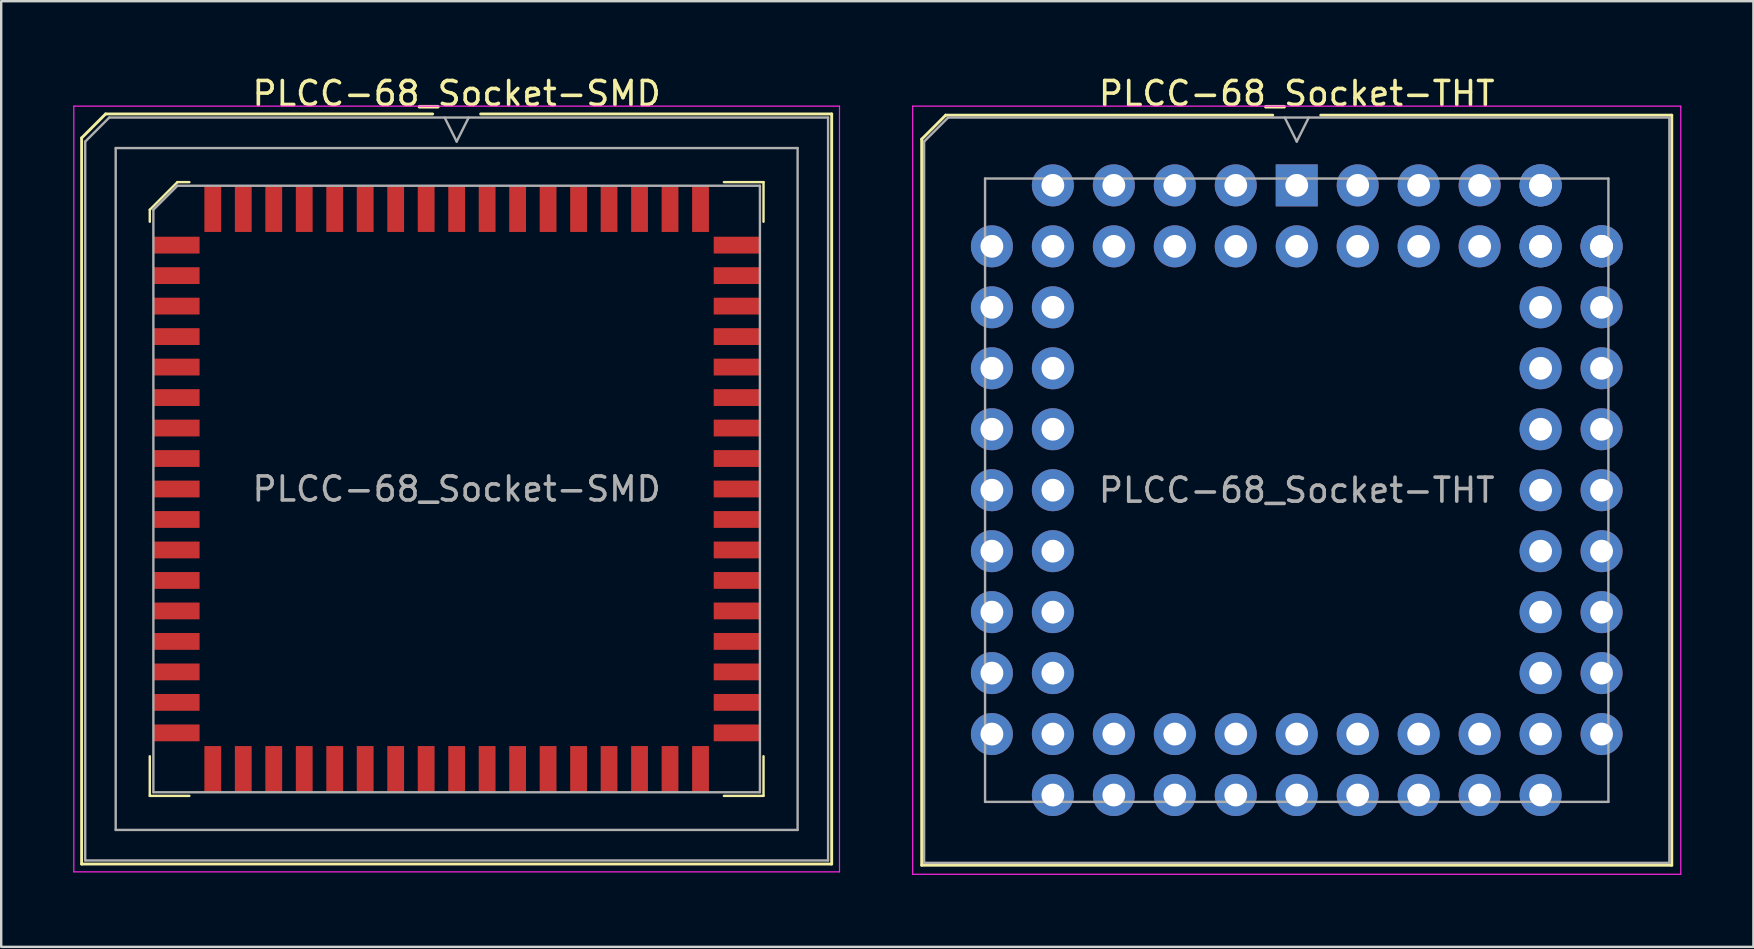
<source format=kicad_pcb>
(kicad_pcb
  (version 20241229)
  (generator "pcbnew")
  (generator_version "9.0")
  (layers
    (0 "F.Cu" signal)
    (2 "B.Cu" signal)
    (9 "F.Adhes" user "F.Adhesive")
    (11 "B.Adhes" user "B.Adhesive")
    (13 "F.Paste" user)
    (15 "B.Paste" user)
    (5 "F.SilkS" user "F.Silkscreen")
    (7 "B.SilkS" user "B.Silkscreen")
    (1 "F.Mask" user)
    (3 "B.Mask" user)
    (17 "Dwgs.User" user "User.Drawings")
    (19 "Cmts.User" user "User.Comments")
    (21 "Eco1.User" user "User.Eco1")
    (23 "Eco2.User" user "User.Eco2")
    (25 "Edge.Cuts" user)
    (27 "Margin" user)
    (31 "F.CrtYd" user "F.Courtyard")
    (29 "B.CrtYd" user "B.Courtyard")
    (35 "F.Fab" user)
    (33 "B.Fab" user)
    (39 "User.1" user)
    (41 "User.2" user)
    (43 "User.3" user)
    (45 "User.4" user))
  (footprint "PLCC-68_Socket-SMD"
    (layer "F.Cu")
    (at 15.975 17.323)
    (property "Reference" "PLCC-68_Socket-SMD" (at 0 -16.475 0) (layer "F.SilkS") (effects (font (size 1 1) (thickness 0.15))))
    (attr smd)
    (fp_line (start -15.625 -14.625) (end -15.625 15.625) (stroke (width 0.12) (type solid)) (layer "F.SilkS"))
    (fp_line (start -15.625 15.625) (end 15.625 15.625) (stroke (width 0.12) (type solid)) (layer "F.SilkS"))
    (fp_line (start -14.625 -15.625) (end -15.625 -14.625) (stroke (width 0.12) (type solid)) (layer "F.SilkS"))
    (fp_line (start -12.785 -11.635) (end -12.785 -11.135) (stroke (width 0.1) (type solid)) (layer "F.SilkS"))
    (fp_line (start -12.785 12.785) (end -12.785 11.135) (stroke (width 0.1) (type solid)) (layer "F.SilkS"))
    (fp_line (start -11.635 -12.785) (end -12.785 -11.635) (stroke (width 0.1) (type solid)) (layer "F.SilkS"))
    (fp_line (start -11.135 -12.785) (end -11.635 -12.785) (stroke (width 0.1) (type solid)) (layer "F.SilkS"))
    (fp_line (start -11.135 12.785) (end -12.785 12.785) (stroke (width 0.1) (type solid)) (layer "F.SilkS"))
    (fp_line (start -1 -15.625) (end -14.625 -15.625) (stroke (width 0.12) (type solid)) (layer "F.SilkS"))
    (fp_line (start 11.135 -12.785) (end 12.785 -12.785) (stroke (width 0.1) (type solid)) (layer "F.SilkS"))
    (fp_line (start 11.135 12.785) (end 12.785 12.785) (stroke (width 0.1) (type solid)) (layer "F.SilkS"))
    (fp_line (start 12.785 -12.785) (end 12.785 -11.135) (stroke (width 0.1) (type solid)) (layer "F.SilkS"))
    (fp_line (start 12.785 12.785) (end 12.785 11.135) (stroke (width 0.1) (type solid)) (layer "F.SilkS"))
    (fp_line (start 15.625 -15.625) (end 1 -15.625) (stroke (width 0.12) (type solid)) (layer "F.SilkS"))
    (fp_line (start 15.625 15.625) (end 15.625 -15.625) (stroke (width 0.12) (type solid)) (layer "F.SilkS"))
    (fp_line (start -15.95 -15.95) (end -15.95 15.95) (stroke (width 0.05) (type solid)) (layer "F.CrtYd"))
    (fp_line (start -15.95 15.95) (end 15.95 15.95) (stroke (width 0.05) (type solid)) (layer "F.CrtYd"))
    (fp_line (start 15.95 -15.95) (end -15.95 -15.95) (stroke (width 0.05) (type solid)) (layer "F.CrtYd"))
    (fp_line (start 15.95 15.95) (end 15.95 -15.95) (stroke (width 0.05) (type solid)) (layer "F.CrtYd"))
    (fp_line (start -15.475 -14.475) (end -15.475 15.475) (stroke (width 0.1) (type solid)) (layer "F.Fab"))
    (fp_line (start -15.475 15.475) (end 15.475 15.475) (stroke (width 0.1) (type solid)) (layer "F.Fab"))
    (fp_line (start -14.475 -15.475) (end -15.475 -14.475) (stroke (width 0.1) (type solid)) (layer "F.Fab"))
    (fp_line (start -14.205 -14.205) (end -14.205 14.205) (stroke (width 0.1) (type solid)) (layer "F.Fab"))
    (fp_line (start -14.205 14.205) (end 14.205 14.205) (stroke (width 0.1) (type solid)) (layer "F.Fab"))
    (fp_line (start -12.635 -11.635) (end -12.635 12.635) (stroke (width 0.1) (type solid)) (layer "F.Fab"))
    (fp_line (start -12.635 12.635) (end 12.635 12.635) (stroke (width 0.1) (type solid)) (layer "F.Fab"))
    (fp_line (start -11.635 -12.635) (end -12.635 -11.635) (stroke (width 0.1) (type solid)) (layer "F.Fab"))
    (fp_line (start -0.5 -15.475) (end 0 -14.475) (stroke (width 0.1) (type solid)) (layer "F.Fab"))
    (fp_line (start 0 -14.475) (end 0.5 -15.475) (stroke (width 0.1) (type solid)) (layer "F.Fab"))
    (fp_line (start 12.635 -12.635) (end -11.635 -12.635) (stroke (width 0.1) (type solid)) (layer "F.Fab"))
    (fp_line (start 12.635 12.635) (end 12.635 -12.635) (stroke (width 0.1) (type solid)) (layer "F.Fab"))
    (fp_line (start 14.205 -14.205) (end -14.205 -14.205) (stroke (width 0.1) (type solid)) (layer "F.Fab"))
    (fp_line (start 14.205 14.205) (end 14.205 -14.205) (stroke (width 0.1) (type solid)) (layer "F.Fab"))
    (fp_line (start 15.475 -15.475) (end -14.475 -15.475) (stroke (width 0.1) (type solid)) (layer "F.Fab"))
    (fp_line (start 15.475 15.475) (end 15.475 -15.475) (stroke (width 0.1) (type solid)) (layer "F.Fab"))
    (fp_text user "${REFERENCE}" (at 0 0 0) (layer "F.Fab") (effects (font (size 1 1) (thickness 0.15))))
    (pad "1" smd rect (at 0 -11.672) (size 0.7 1.925) (layers "F.Cu" "F.Mask" "F.Paste"))
    (pad "2" smd rect (at -1.27 -11.672) (size 0.7 1.925) (layers "F.Cu" "F.Mask" "F.Paste"))
    (pad "3" smd rect (at -2.54 -11.672) (size 0.7 1.925) (layers "F.Cu" "F.Mask" "F.Paste"))
    (pad "4" smd rect (at -3.81 -11.672) (size 0.7 1.925) (layers "F.Cu" "F.Mask" "F.Paste"))
    (pad "5" smd rect (at -5.08 -11.672) (size 0.7 1.925) (layers "F.Cu" "F.Mask" "F.Paste"))
    (pad "6" smd rect (at -6.35 -11.672) (size 0.7 1.925) (layers "F.Cu" "F.Mask" "F.Paste"))
    (pad "7" smd rect (at -7.62 -11.672) (size 0.7 1.925) (layers "F.Cu" "F.Mask" "F.Paste"))
    (pad "8" smd rect (at -8.89 -11.672) (size 0.7 1.925) (layers "F.Cu" "F.Mask" "F.Paste"))
    (pad "9" smd rect (at -10.16 -11.672) (size 0.7 1.925) (layers "F.Cu" "F.Mask" "F.Paste"))
    (pad "10" smd rect (at -11.672 -10.16) (size 1.925 0.7) (layers "F.Cu" "F.Mask" "F.Paste"))
    (pad "11" smd rect (at -11.672 -8.89) (size 1.925 0.7) (layers "F.Cu" "F.Mask" "F.Paste"))
    (pad "12" smd rect (at -11.672 -7.62) (size 1.925 0.7) (layers "F.Cu" "F.Mask" "F.Paste"))
    (pad "13" smd rect (at -11.672 -6.35) (size 1.925 0.7) (layers "F.Cu" "F.Mask" "F.Paste"))
    (pad "14" smd rect (at -11.672 -5.08) (size 1.925 0.7) (layers "F.Cu" "F.Mask" "F.Paste"))
    (pad "15" smd rect (at -11.672 -3.81) (size 1.925 0.7) (layers "F.Cu" "F.Mask" "F.Paste"))
    (pad "16" smd rect (at -11.672 -2.54) (size 1.925 0.7) (layers "F.Cu" "F.Mask" "F.Paste"))
    (pad "17" smd rect (at -11.672 -1.27) (size 1.925 0.7) (layers "F.Cu" "F.Mask" "F.Paste"))
    (pad "18" smd rect (at -11.672 0) (size 1.925 0.7) (layers "F.Cu" "F.Mask" "F.Paste"))
    (pad "19" smd rect (at -11.672 1.27) (size 1.925 0.7) (layers "F.Cu" "F.Mask" "F.Paste"))
    (pad "20" smd rect (at -11.672 2.54) (size 1.925 0.7) (layers "F.Cu" "F.Mask" "F.Paste"))
    (pad "21" smd rect (at -11.672 3.81) (size 1.925 0.7) (layers "F.Cu" "F.Mask" "F.Paste"))
    (pad "22" smd rect (at -11.672 5.08) (size 1.925 0.7) (layers "F.Cu" "F.Mask" "F.Paste"))
    (pad "23" smd rect (at -11.672 6.35) (size 1.925 0.7) (layers "F.Cu" "F.Mask" "F.Paste"))
    (pad "24" smd rect (at -11.672 7.62) (size 1.925 0.7) (layers "F.Cu" "F.Mask" "F.Paste"))
    (pad "25" smd rect (at -11.672 8.89) (size 1.925 0.7) (layers "F.Cu" "F.Mask" "F.Paste"))
    (pad "26" smd rect (at -11.672 10.16) (size 1.925 0.7) (layers "F.Cu" "F.Mask" "F.Paste"))
    (pad "27" smd rect (at -10.16 11.672) (size 0.7 1.925) (layers "F.Cu" "F.Mask" "F.Paste"))
    (pad "28" smd rect (at -8.89 11.672) (size 0.7 1.925) (layers "F.Cu" "F.Mask" "F.Paste"))
    (pad "29" smd rect (at -7.62 11.672) (size 0.7 1.925) (layers "F.Cu" "F.Mask" "F.Paste"))
    (pad "30" smd rect (at -6.35 11.672) (size 0.7 1.925) (layers "F.Cu" "F.Mask" "F.Paste"))
    (pad "31" smd rect (at -5.08 11.672) (size 0.7 1.925) (layers "F.Cu" "F.Mask" "F.Paste"))
    (pad "32" smd rect (at -3.81 11.672) (size 0.7 1.925) (layers "F.Cu" "F.Mask" "F.Paste"))
    (pad "33" smd rect (at -2.54 11.672) (size 0.7 1.925) (layers "F.Cu" "F.Mask" "F.Paste"))
    (pad "34" smd rect (at -1.27 11.672) (size 0.7 1.925) (layers "F.Cu" "F.Mask" "F.Paste"))
    (pad "35" smd rect (at 0 11.672) (size 0.7 1.925) (layers "F.Cu" "F.Mask" "F.Paste"))
    (pad "36" smd rect (at 1.27 11.672) (size 0.7 1.925) (layers "F.Cu" "F.Mask" "F.Paste"))
    (pad "37" smd rect (at 2.54 11.672) (size 0.7 1.925) (layers "F.Cu" "F.Mask" "F.Paste"))
    (pad "38" smd rect (at 3.81 11.672) (size 0.7 1.925) (layers "F.Cu" "F.Mask" "F.Paste"))
    (pad "39" smd rect (at 5.08 11.672) (size 0.7 1.925) (layers "F.Cu" "F.Mask" "F.Paste"))
    (pad "40" smd rect (at 6.35 11.672) (size 0.7 1.925) (layers "F.Cu" "F.Mask" "F.Paste"))
    (pad "41" smd rect (at 7.62 11.672) (size 0.7 1.925) (layers "F.Cu" "F.Mask" "F.Paste"))
    (pad "42" smd rect (at 8.89 11.672) (size 0.7 1.925) (layers "F.Cu" "F.Mask" "F.Paste"))
    (pad "43" smd rect (at 10.16 11.672) (size 0.7 1.925) (layers "F.Cu" "F.Mask" "F.Paste"))
    (pad "44" smd rect (at 11.672 10.16) (size 1.925 0.7) (layers "F.Cu" "F.Mask" "F.Paste"))
    (pad "45" smd rect (at 11.672 8.89) (size 1.925 0.7) (layers "F.Cu" "F.Mask" "F.Paste"))
    (pad "46" smd rect (at 11.672 7.62) (size 1.925 0.7) (layers "F.Cu" "F.Mask" "F.Paste"))
    (pad "47" smd rect (at 11.672 6.35) (size 1.925 0.7) (layers "F.Cu" "F.Mask" "F.Paste"))
    (pad "48" smd rect (at 11.672 5.08) (size 1.925 0.7) (layers "F.Cu" "F.Mask" "F.Paste"))
    (pad "49" smd rect (at 11.672 3.81) (size 1.925 0.7) (layers "F.Cu" "F.Mask" "F.Paste"))
    (pad "50" smd rect (at 11.672 2.54) (size 1.925 0.7) (layers "F.Cu" "F.Mask" "F.Paste"))
    (pad "51" smd rect (at 11.672 1.27) (size 1.925 0.7) (layers "F.Cu" "F.Mask" "F.Paste"))
    (pad "52" smd rect (at 11.672 0) (size 1.925 0.7) (layers "F.Cu" "F.Mask" "F.Paste"))
    (pad "53" smd rect (at 11.672 -1.27) (size 1.925 0.7) (layers "F.Cu" "F.Mask" "F.Paste"))
    (pad "54" smd rect (at 11.672 -2.54) (size 1.925 0.7) (layers "F.Cu" "F.Mask" "F.Paste"))
    (pad "55" smd rect (at 11.672 -3.81) (size 1.925 0.7) (layers "F.Cu" "F.Mask" "F.Paste"))
    (pad "56" smd rect (at 11.672 -5.08) (size 1.925 0.7) (layers "F.Cu" "F.Mask" "F.Paste"))
    (pad "57" smd rect (at 11.672 -6.35) (size 1.925 0.7) (layers "F.Cu" "F.Mask" "F.Paste"))
    (pad "58" smd rect (at 11.672 -7.62) (size 1.925 0.7) (layers "F.Cu" "F.Mask" "F.Paste"))
    (pad "59" smd rect (at 11.672 -8.89) (size 1.925 0.7) (layers "F.Cu" "F.Mask" "F.Paste"))
    (pad "60" smd rect (at 11.672 -10.16) (size 1.925 0.7) (layers "F.Cu" "F.Mask" "F.Paste"))
    (pad "61" smd rect (at 10.16 -11.672) (size 0.7 1.925) (layers "F.Cu" "F.Mask" "F.Paste"))
    (pad "62" smd rect (at 8.89 -11.672) (size 0.7 1.925) (layers "F.Cu" "F.Mask" "F.Paste"))
    (pad "63" smd rect (at 7.62 -11.672) (size 0.7 1.925) (layers "F.Cu" "F.Mask" "F.Paste"))
    (pad "64" smd rect (at 6.35 -11.672) (size 0.7 1.925) (layers "F.Cu" "F.Mask" "F.Paste"))
    (pad "65" smd rect (at 5.08 -11.672) (size 0.7 1.925) (layers "F.Cu" "F.Mask" "F.Paste"))
    (pad "66" smd rect (at 3.81 -11.672) (size 0.7 1.925) (layers "F.Cu" "F.Mask" "F.Paste"))
    (pad "67" smd rect (at 2.54 -11.672) (size 0.7 1.925) (layers "F.Cu" "F.Mask" "F.Paste"))
    (pad "68" smd rect (at 1.27 -11.672) (size 0.7 1.925) (layers "F.Cu" "F.Mask" "F.Paste")))
  (footprint "PLCC-68_Socket-THT"
    (layer "F.Cu")
    (at 50.975 4.673)
    (property "Reference" "PLCC-68_Socket-THT" (at 0 -3.825 0) (layer "F.SilkS") (effects (font (size 1 1) (thickness 0.15))))
    (attr through_hole)
    (fp_line (start -15.625 -1.925) (end -15.625 28.325) (stroke (width 0.12) (type solid)) (layer "F.SilkS"))
    (fp_line (start -15.625 28.325) (end 15.625 28.325) (stroke (width 0.12) (type solid)) (layer "F.SilkS"))
    (fp_line (start -14.625 -2.925) (end -15.625 -1.925) (stroke (width 0.12) (type solid)) (layer "F.SilkS"))
    (fp_line (start -1 -2.925) (end -14.625 -2.925) (stroke (width 0.12) (type solid)) (layer "F.SilkS"))
    (fp_line (start 15.625 -2.925) (end 1 -2.925) (stroke (width 0.12) (type solid)) (layer "F.SilkS"))
    (fp_line (start 15.625 28.325) (end 15.625 -2.925) (stroke (width 0.12) (type solid)) (layer "F.SilkS"))
    (fp_line (start -16 -3.3) (end -16 28.7) (stroke (width 0.05) (type solid)) (layer "F.CrtYd"))
    (fp_line (start -16 28.7) (end 16 28.7) (stroke (width 0.05) (type solid)) (layer "F.CrtYd"))
    (fp_line (start 16 -3.3) (end -16 -3.3) (stroke (width 0.05) (type solid)) (layer "F.CrtYd"))
    (fp_line (start 16 28.7) (end 16 -3.3) (stroke (width 0.05) (type solid)) (layer "F.CrtYd"))
    (fp_line (start -15.525 -1.825) (end -15.525 28.225) (stroke (width 0.1) (type solid)) (layer "F.Fab"))
    (fp_line (start -15.525 28.225) (end 15.525 28.225) (stroke (width 0.1) (type solid)) (layer "F.Fab"))
    (fp_line (start -14.525 -2.825) (end -15.525 -1.825) (stroke (width 0.1) (type solid)) (layer "F.Fab"))
    (fp_line (start -12.985 -0.285) (end -12.985 25.685) (stroke (width 0.1) (type solid)) (layer "F.Fab"))
    (fp_line (start -12.985 25.685) (end 12.985 25.685) (stroke (width 0.1) (type solid)) (layer "F.Fab"))
    (fp_line (start -0.5 -2.825) (end 0 -1.825) (stroke (width 0.1) (type solid)) (layer "F.Fab"))
    (fp_line (start 0 -1.825) (end 0.5 -2.825) (stroke (width 0.1) (type solid)) (layer "F.Fab"))
    (fp_line (start 12.985 -0.285) (end -12.985 -0.285) (stroke (width 0.1) (type solid)) (layer "F.Fab"))
    (fp_line (start 12.985 25.685) (end 12.985 -0.285) (stroke (width 0.1) (type solid)) (layer "F.Fab"))
    (fp_line (start 15.525 -2.825) (end -14.525 -2.825) (stroke (width 0.1) (type solid)) (layer "F.Fab"))
    (fp_line (start 15.525 28.225) (end 15.525 -2.825) (stroke (width 0.1) (type solid)) (layer "F.Fab"))
    (fp_text user "${REFERENCE}" (at 0 12.7 0) (layer "F.Fab") (effects (font (size 1 1) (thickness 0.15))))
    (pad "1" thru_hole rect (at 0 0) (size 1.75 1.75) (drill 0.95) (layers "*.Cu" "*.Mask"))
    (pad "2" thru_hole circle (at 0 2.54) (size 1.75 1.75) (drill 0.95) (layers "*.Cu" "*.Mask"))
    (pad "3" thru_hole circle (at -2.54 0) (size 1.75 1.75) (drill 0.95) (layers "*.Cu" "*.Mask"))
    (pad "4" thru_hole circle (at -2.54 2.54) (size 1.75 1.75) (drill 0.95) (layers "*.Cu" "*.Mask"))
    (pad "5" thru_hole circle (at -5.08 0) (size 1.75 1.75) (drill 0.95) (layers "*.Cu" "*.Mask"))
    (pad "6" thru_hole circle (at -5.08 2.54) (size 1.75 1.75) (drill 0.95) (layers "*.Cu" "*.Mask"))
    (pad "7" thru_hole circle (at -7.62 0) (size 1.75 1.75) (drill 0.95) (layers "*.Cu" "*.Mask"))
    (pad "8" thru_hole circle (at -7.62 2.54) (size 1.75 1.75) (drill 0.95) (layers "*.Cu" "*.Mask"))
    (pad "9" thru_hole circle (at -10.16 0) (size 1.75 1.75) (drill 0.95) (layers "*.Cu" "*.Mask"))
    (pad "10" thru_hole circle (at -12.7 2.54) (size 1.75 1.75) (drill 0.95) (layers "*.Cu" "*.Mask"))
    (pad "11" thru_hole circle (at -10.16 2.54) (size 1.75 1.75) (drill 0.95) (layers "*.Cu" "*.Mask"))
    (pad "12" thru_hole circle (at -12.7 5.08) (size 1.75 1.75) (drill 0.95) (layers "*.Cu" "*.Mask"))
    (pad "13" thru_hole circle (at -10.16 5.08) (size 1.75 1.75) (drill 0.95) (layers "*.Cu" "*.Mask"))
    (pad "14" thru_hole circle (at -12.7 7.62) (size 1.75 1.75) (drill 0.95) (layers "*.Cu" "*.Mask"))
    (pad "15" thru_hole circle (at -10.16 7.62) (size 1.75 1.75) (drill 0.95) (layers "*.Cu" "*.Mask"))
    (pad "16" thru_hole circle (at -12.7 10.16) (size 1.75 1.75) (drill 0.95) (layers "*.Cu" "*.Mask"))
    (pad "17" thru_hole circle (at -10.16 10.16) (size 1.75 1.75) (drill 0.95) (layers "*.Cu" "*.Mask"))
    (pad "18" thru_hole circle (at -12.7 12.7) (size 1.75 1.75) (drill 0.95) (layers "*.Cu" "*.Mask"))
    (pad "19" thru_hole circle (at -10.16 12.7) (size 1.75 1.75) (drill 0.95) (layers "*.Cu" "*.Mask"))
    (pad "20" thru_hole circle (at -12.7 15.24) (size 1.75 1.75) (drill 0.95) (layers "*.Cu" "*.Mask"))
    (pad "21" thru_hole circle (at -10.16 15.24) (size 1.75 1.75) (drill 0.95) (layers "*.Cu" "*.Mask"))
    (pad "22" thru_hole circle (at -12.7 17.78) (size 1.75 1.75) (drill 0.95) (layers "*.Cu" "*.Mask"))
    (pad "23" thru_hole circle (at -10.16 17.78) (size 1.75 1.75) (drill 0.95) (layers "*.Cu" "*.Mask"))
    (pad "24" thru_hole circle (at -12.7 20.32) (size 1.75 1.75) (drill 0.95) (layers "*.Cu" "*.Mask"))
    (pad "25" thru_hole circle (at -10.16 20.32) (size 1.75 1.75) (drill 0.95) (layers "*.Cu" "*.Mask"))
    (pad "26" thru_hole circle (at -12.7 22.86) (size 1.75 1.75) (drill 0.95) (layers "*.Cu" "*.Mask"))
    (pad "27" thru_hole circle (at -10.16 25.4) (size 1.75 1.75) (drill 0.95) (layers "*.Cu" "*.Mask"))
    (pad "28" thru_hole circle (at -10.16 22.86) (size 1.75 1.75) (drill 0.95) (layers "*.Cu" "*.Mask"))
    (pad "29" thru_hole circle (at -7.62 25.4) (size 1.75 1.75) (drill 0.95) (layers "*.Cu" "*.Mask"))
    (pad "30" thru_hole circle (at -7.62 22.86) (size 1.75 1.75) (drill 0.95) (layers "*.Cu" "*.Mask"))
    (pad "31" thru_hole circle (at -5.08 25.4) (size 1.75 1.75) (drill 0.95) (layers "*.Cu" "*.Mask"))
    (pad "32" thru_hole circle (at -5.08 22.86) (size 1.75 1.75) (drill 0.95) (layers "*.Cu" "*.Mask"))
    (pad "33" thru_hole circle (at -2.54 25.4) (size 1.75 1.75) (drill 0.95) (layers "*.Cu" "*.Mask"))
    (pad "34" thru_hole circle (at -2.54 22.86) (size 1.75 1.75) (drill 0.95) (layers "*.Cu" "*.Mask"))
    (pad "35" thru_hole circle (at 0 25.4) (size 1.75 1.75) (drill 0.95) (layers "*.Cu" "*.Mask"))
    (pad "36" thru_hole circle (at 0 22.86) (size 1.75 1.75) (drill 0.95) (layers "*.Cu" "*.Mask"))
    (pad "37" thru_hole circle (at 2.54 25.4) (size 1.75 1.75) (drill 0.95) (layers "*.Cu" "*.Mask"))
    (pad "38" thru_hole circle (at 2.54 22.86) (size 1.75 1.75) (drill 0.95) (layers "*.Cu" "*.Mask"))
    (pad "39" thru_hole circle (at 5.08 25.4) (size 1.75 1.75) (drill 0.95) (layers "*.Cu" "*.Mask"))
    (pad "40" thru_hole circle (at 5.08 22.86) (size 1.75 1.75) (drill 0.95) (layers "*.Cu" "*.Mask"))
    (pad "41" thru_hole circle (at 7.62 25.4) (size 1.75 1.75) (drill 0.95) (layers "*.Cu" "*.Mask"))
    (pad "42" thru_hole circle (at 7.62 22.86) (size 1.75 1.75) (drill 0.95) (layers "*.Cu" "*.Mask"))
    (pad "43" thru_hole circle (at 10.16 25.4) (size 1.75 1.75) (drill 0.95) (layers "*.Cu" "*.Mask"))
    (pad "44" thru_hole circle (at 10.16 22.86) (size 1.75 1.75) (drill 0.95) (layers "*.Cu" "*.Mask"))
    (pad "44" thru_hole circle (at 12.7 22.86) (size 1.75 1.75) (drill 0.95) (layers "*.Cu" "*.Mask"))
    (pad "45" thru_hole circle (at 10.16 20.32) (size 1.75 1.75) (drill 0.95) (layers "*.Cu" "*.Mask"))
    (pad "46" thru_hole circle (at 12.7 20.32) (size 1.75 1.75) (drill 0.95) (layers "*.Cu" "*.Mask"))
    (pad "47" thru_hole circle (at 10.16 17.78) (size 1.75 1.75) (drill 0.95) (layers "*.Cu" "*.Mask"))
    (pad "48" thru_hole circle (at 12.7 17.78) (size 1.75 1.75) (drill 0.95) (layers "*.Cu" "*.Mask"))
    (pad "49" thru_hole circle (at 10.16 15.24) (size 1.75 1.75) (drill 0.95) (layers "*.Cu" "*.Mask"))
    (pad "50" thru_hole circle (at 12.7 15.24) (size 1.75 1.75) (drill 0.95) (layers "*.Cu" "*.Mask"))
    (pad "51" thru_hole circle (at 10.16 12.7) (size 1.75 1.75) (drill 0.95) (layers "*.Cu" "*.Mask"))
    (pad "52" thru_hole circle (at 12.7 12.7) (size 1.75 1.75) (drill 0.95) (layers "*.Cu" "*.Mask"))
    (pad "53" thru_hole circle (at 10.16 10.16) (size 1.75 1.75) (drill 0.95) (layers "*.Cu" "*.Mask"))
    (pad "54" thru_hole circle (at 12.7 10.16) (size 1.75 1.75) (drill 0.95) (layers "*.Cu" "*.Mask"))
    (pad "55" thru_hole circle (at 10.16 7.62) (size 1.75 1.75) (drill 0.95) (layers "*.Cu" "*.Mask"))
    (pad "56" thru_hole circle (at 12.7 7.62) (size 1.75 1.75) (drill 0.95) (layers "*.Cu" "*.Mask"))
    (pad "57" thru_hole circle (at 10.16 5.08) (size 1.75 1.75) (drill 0.95) (layers "*.Cu" "*.Mask"))
    (pad "58" thru_hole circle (at 12.7 5.08) (size 1.75 1.75) (drill 0.95) (layers "*.Cu" "*.Mask"))
    (pad "59" thru_hole circle (at 10.16 2.54) (size 1.75 1.75) (drill 0.95) (layers "*.Cu" "*.Mask"))
    (pad "60" thru_hole circle (at 12.7 2.54) (size 1.75 1.75) (drill 0.95) (layers "*.Cu" "*.Mask"))
    (pad "60" thru_hole circle (at 12.7 2.54) (size 1.75 1.75) (drill 0.95) (layers "*.Cu" "*.Mask"))
    (pad "61" thru_hole circle (at 10.16 0) (size 1.75 1.75) (drill 0.95) (layers "*.Cu" "*.Mask"))
    (pad "61" thru_hole circle (at 10.16 0) (size 1.75 1.75) (drill 0.95) (layers "*.Cu" "*.Mask"))
    (pad "62" thru_hole circle (at 10.16 2.54) (size 1.75 1.75) (drill 0.95) (layers "*.Cu" "*.Mask"))
    (pad "63" thru_hole circle (at 7.62 0) (size 1.75 1.75) (drill 0.95) (layers "*.Cu" "*.Mask"))
    (pad "64" thru_hole circle (at 7.62 2.54) (size 1.75 1.75) (drill 0.95) (layers "*.Cu" "*.Mask"))
    (pad "65" thru_hole circle (at 5.08 0) (size 1.75 1.75) (drill 0.95) (layers "*.Cu" "*.Mask"))
    (pad "66" thru_hole circle (at 5.08 2.54) (size 1.75 1.75) (drill 0.95) (layers "*.Cu" "*.Mask"))
    (pad "67" thru_hole circle (at 2.54 0) (size 1.75 1.75) (drill 0.95) (layers "*.Cu" "*.Mask"))
    (pad "68" thru_hole circle (at 2.54 2.54) (size 1.75 1.75) (drill 0.95) (layers "*.Cu" "*.Mask")))
  (gr_rect
    (start -3 -3)
    (end 70 36.398)
    (stroke (width 0.1) (type default))
    (fill no)
    (layer "Edge.Cuts")))
</source>
